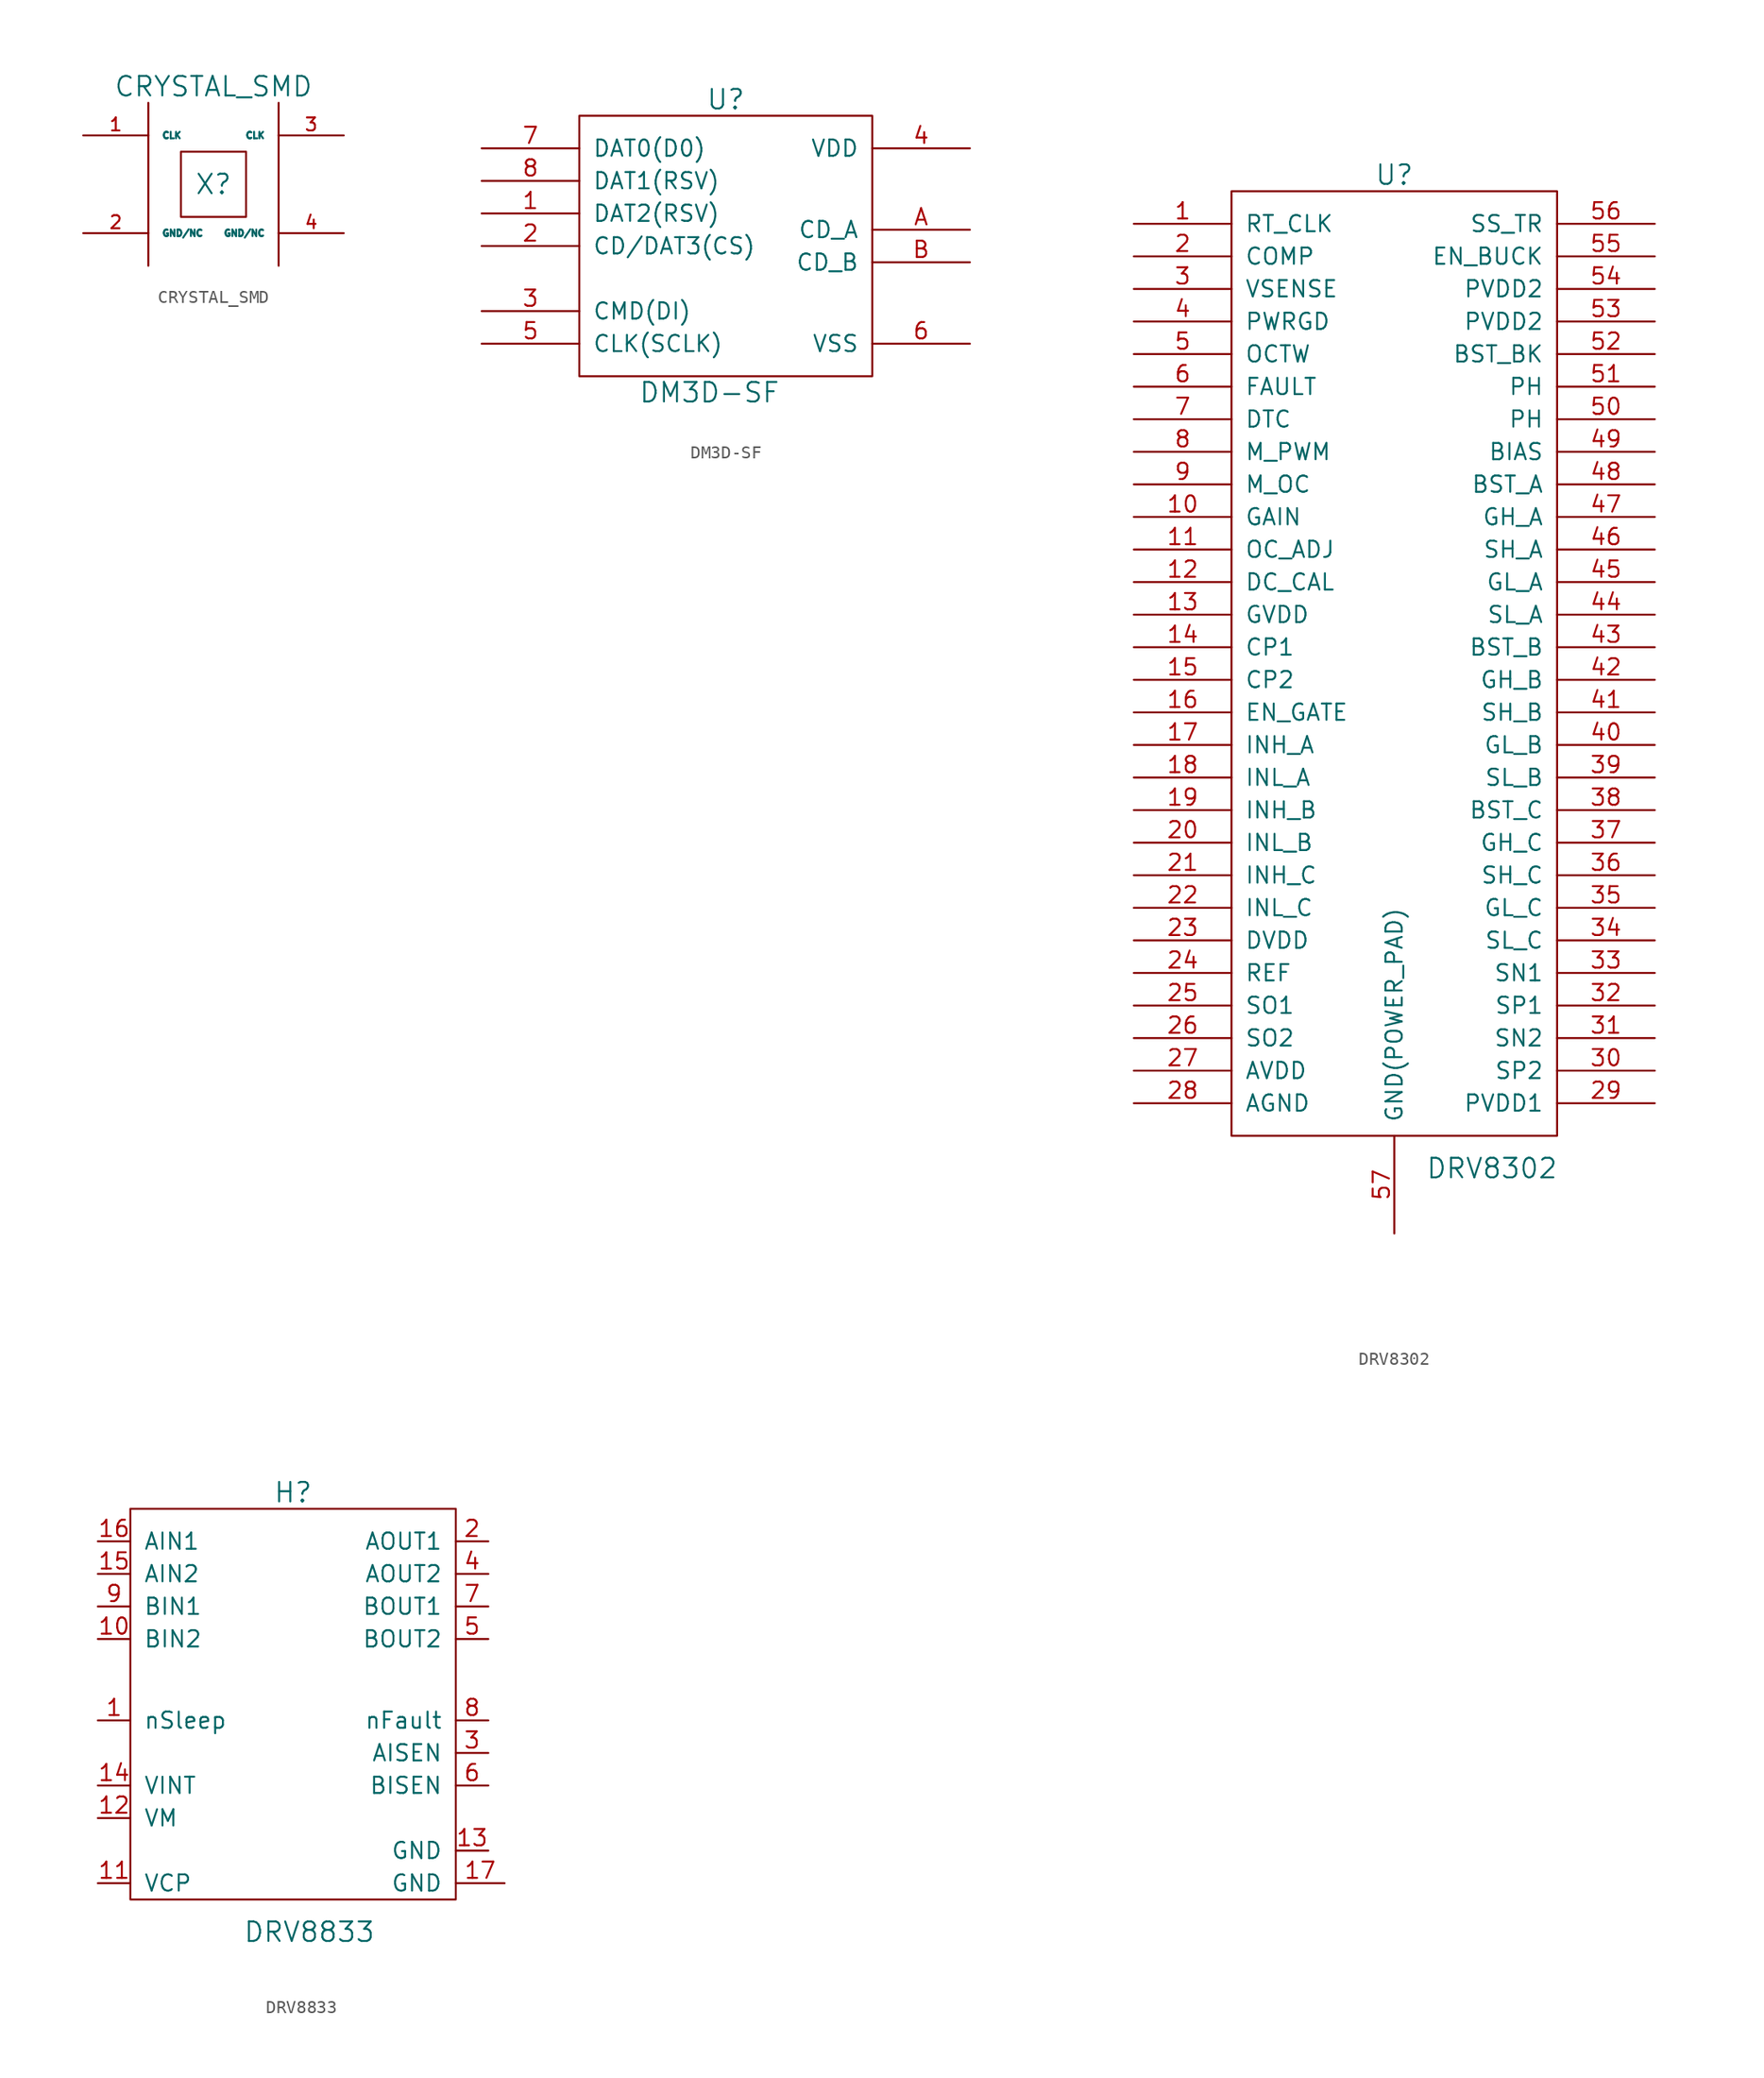
<source format=kicad_sym>
(kicad_symbol_lib
  (version 20211014)
  (generator kicad_symbol_editor)
  (symbol "CRYSTAL_SMD"
    (pin_names
      (offset 1.016))
    (property "Reference" "X"
      (at 0 0 0)
      (effects (font (size 1.524 1.524))))
    (property "Value" "CRYSTAL_SMD"
      (at 0 7.62 0)
      (effects (font (size 1.524 1.524))))
    (property "Footprint" ""
      (at 0 0 0)
      (effects (font (size 1.524 1.524))))
    (property "Datasheet" ""
      (at 0 0 0)
      (effects (font (size 1.524 1.524))))
    (symbol "CRYSTAL_SMD_0_1"
      (rectangle (start -2.54 2.54) (end 2.54 -2.54) (stroke (width 0) (type default) (color 0 0 0 0)) (fill (type none)))
      (polyline (pts (xy 5.08 6.35) (xy 5.08 -6.35)) (stroke (width 0) (type default) (color 0 0 0 0)) (fill (type none)))
      (polyline (pts (xy -5.08 6.35) (xy -5.08 -5.08) (xy -5.08 -6.35)) (stroke (width 0) (type default) (color 0 0 0 0)) (fill (type none))))
    (symbol "CRYSTAL_SMD_1_1"
      (pin passive line (at -10.16 3.81 0) (length 5.08) (name "CLK" (effects (font (size 0.508 0.508)))) (number "1" (effects (font (size 1.016 1.016)))))
      (pin passive line (at -10.16 -3.81 0) (length 5.08) (name "GND/NC" (effects (font (size 0.508 0.508)))) (number "2" (effects (font (size 1.016 1.016)))))
      (pin passive line (at 10.16 3.81 180) (length 5.08) (name "CLK" (effects (font (size 0.508 0.508)))) (number "3" (effects (font (size 1.016 1.016)))))
      (pin passive line (at 10.16 -3.81 180) (length 5.08) (name "GND/NC" (effects (font (size 0.508 0.508)))) (number "4" (effects (font (size 1.016 1.016)))))))
  (symbol "DM3D-SF"
    (pin_names
      (offset 1.016))
    (property "Reference" "U"
      (at 0 11.43 0)
      (effects (font (size 1.524 1.524))))
    (property "Value" "DM3D-SF"
      (at -1.27 -11.43 0)
      (effects (font (size 1.524 1.524))))
    (property "Footprint" ""
      (at 0 0 0)
      (effects (font (size 1.524 1.524))))
    (property "Datasheet" ""
      (at 0 0 0)
      (effects (font (size 1.524 1.524))))
    (symbol "DM3D-SF_0_1"
      (rectangle (start -11.43 10.16) (end 11.43 -10.16) (stroke (width 0) (type default) (color 0 0 0 0)) (fill (type none))))
    (symbol "DM3D-SF_1_1"
      (pin bidirectional line (at -19.05 2.54 0) (length 7.62) (name "DAT2(RSV)" (effects (font (size 1.27 1.27)))) (number "1" (effects (font (size 1.27 1.27)))))
      (pin bidirectional line (at -19.05 0 0) (length 7.62) (name "CD/DAT3(CS)" (effects (font (size 1.27 1.27)))) (number "2" (effects (font (size 1.27 1.27)))))
      (pin input line (at -19.05 -5.08 0) (length 7.62) (name "CMD(DI)" (effects (font (size 1.27 1.27)))) (number "3" (effects (font (size 1.27 1.27)))))
      (pin input line (at 19.05 7.62 180) (length 7.62) (name "VDD" (effects (font (size 1.27 1.27)))) (number "4" (effects (font (size 1.27 1.27)))))
      (pin input line (at -19.05 -7.62 0) (length 7.62) (name "CLK(SCLK)" (effects (font (size 1.27 1.27)))) (number "5" (effects (font (size 1.27 1.27)))))
      (pin input line (at 19.05 -7.62 180) (length 7.62) (name "VSS" (effects (font (size 1.27 1.27)))) (number "6" (effects (font (size 1.27 1.27)))))
      (pin bidirectional line (at -19.05 7.62 0) (length 7.62) (name "DAT0(D0)" (effects (font (size 1.27 1.27)))) (number "7" (effects (font (size 1.27 1.27)))))
      (pin bidirectional line (at -19.05 5.08 0) (length 7.62) (name "DAT1(RSV)" (effects (font (size 1.27 1.27)))) (number "8" (effects (font (size 1.27 1.27)))))
      (pin bidirectional line (at 19.05 1.27 180) (length 7.62) (name "CD_A" (effects (font (size 1.27 1.27)))) (number "A" (effects (font (size 1.27 1.27)))))
      (pin bidirectional line (at 19.05 -1.27 180) (length 7.62) (name "CD_B" (effects (font (size 1.27 1.27)))) (number "B" (effects (font (size 1.27 1.27)))))))
  (symbol "DRV8302"
    (pin_names
      (offset 1.016))
    (property "Reference" "U"
      (at 0 38.1 0)
      (effects (font (size 1.524 1.524))))
    (property "Value" "DRV8302"
      (at 7.62 -39.37 0)
      (effects (font (size 1.524 1.524))))
    (property "Footprint" ""
      (at 0 0 0)
      (effects (font (size 1.524 1.524))))
    (property "Datasheet" ""
      (at 0 0 0)
      (effects (font (size 1.524 1.524))))
    (symbol "DRV8302_0_1"
      (rectangle (start 12.7 -36.83) (end -12.7 36.83) (stroke (width 0) (type default) (color 0 0 0 0)) (fill (type none))))
    (symbol "DRV8302_1_0"
      (pin passive line (at 20.32 21.59 180) (length 7.62) (name "PH" (effects (font (size 1.27 1.27)))) (number "51" (effects (font (size 1.27 1.27))))))
    (symbol "DRV8302_1_1"
      (pin input line (at -20.32 34.29 0) (length 7.62) (name "RT_CLK" (effects (font (size 1.27 1.27)))) (number "1" (effects (font (size 1.27 1.27)))))
      (pin input line (at -20.32 11.43 0) (length 7.62) (name "GAIN" (effects (font (size 1.27 1.27)))) (number "10" (effects (font (size 1.27 1.27)))))
      (pin input line (at -20.32 8.89 0) (length 7.62) (name "OC_ADJ" (effects (font (size 1.27 1.27)))) (number "11" (effects (font (size 1.27 1.27)))))
      (pin input line (at -20.32 6.35 0) (length 7.62) (name "DC_CAL" (effects (font (size 1.27 1.27)))) (number "12" (effects (font (size 1.27 1.27)))))
      (pin power_out line (at -20.32 3.81 0) (length 7.62) (name "GVDD" (effects (font (size 1.27 1.27)))) (number "13" (effects (font (size 1.27 1.27)))))
      (pin power_out line (at -20.32 1.27 0) (length 7.62) (name "CP1" (effects (font (size 1.27 1.27)))) (number "14" (effects (font (size 1.27 1.27)))))
      (pin power_out line (at -20.32 -1.27 0) (length 7.62) (name "CP2" (effects (font (size 1.27 1.27)))) (number "15" (effects (font (size 1.27 1.27)))))
      (pin input line (at -20.32 -3.81 0) (length 7.62) (name "EN_GATE" (effects (font (size 1.27 1.27)))) (number "16" (effects (font (size 1.27 1.27)))))
      (pin input line (at -20.32 -6.35 0) (length 7.62) (name "INH_A" (effects (font (size 1.27 1.27)))) (number "17" (effects (font (size 1.27 1.27)))))
      (pin input line (at -20.32 -8.89 0) (length 7.62) (name "INL_A" (effects (font (size 1.27 1.27)))) (number "18" (effects (font (size 1.27 1.27)))))
      (pin input line (at -20.32 -11.43 0) (length 7.62) (name "INH_B" (effects (font (size 1.27 1.27)))) (number "19" (effects (font (size 1.27 1.27)))))
      (pin output line (at -20.32 31.75 0) (length 7.62) (name "COMP" (effects (font (size 1.27 1.27)))) (number "2" (effects (font (size 1.27 1.27)))))
      (pin input line (at -20.32 -13.97 0) (length 7.62) (name "INL_B" (effects (font (size 1.27 1.27)))) (number "20" (effects (font (size 1.27 1.27)))))
      (pin input line (at -20.32 -16.51 0) (length 7.62) (name "INH_C" (effects (font (size 1.27 1.27)))) (number "21" (effects (font (size 1.27 1.27)))))
      (pin input line (at -20.32 -19.05 0) (length 7.62) (name "INL_C" (effects (font (size 1.27 1.27)))) (number "22" (effects (font (size 1.27 1.27)))))
      (pin power_out line (at -20.32 -21.59 0) (length 7.62) (name "DVDD" (effects (font (size 1.27 1.27)))) (number "23" (effects (font (size 1.27 1.27)))))
      (pin input line (at -20.32 -24.13 0) (length 7.62) (name "REF" (effects (font (size 1.27 1.27)))) (number "24" (effects (font (size 1.27 1.27)))))
      (pin output line (at -20.32 -26.67 0) (length 7.62) (name "SO1" (effects (font (size 1.27 1.27)))) (number "25" (effects (font (size 1.27 1.27)))))
      (pin output line (at -20.32 -29.21 0) (length 7.62) (name "SO2" (effects (font (size 1.27 1.27)))) (number "26" (effects (font (size 1.27 1.27)))))
      (pin power_out line (at -20.32 -31.75 0) (length 7.62) (name "AVDD" (effects (font (size 1.27 1.27)))) (number "27" (effects (font (size 1.27 1.27)))))
      (pin power_in line (at -20.32 -34.29 0) (length 7.62) (name "AGND" (effects (font (size 1.27 1.27)))) (number "28" (effects (font (size 1.27 1.27)))))
      (pin power_in line (at 20.32 -34.29 180) (length 7.62) (name "PVDD1" (effects (font (size 1.27 1.27)))) (number "29" (effects (font (size 1.27 1.27)))))
      (pin input line (at -20.32 29.21 0) (length 7.62) (name "VSENSE" (effects (font (size 1.27 1.27)))) (number "3" (effects (font (size 1.27 1.27)))))
      (pin input line (at 20.32 -31.75 180) (length 7.62) (name "SP2" (effects (font (size 1.27 1.27)))) (number "30" (effects (font (size 1.27 1.27)))))
      (pin input line (at 20.32 -29.21 180) (length 7.62) (name "SN2" (effects (font (size 1.27 1.27)))) (number "31" (effects (font (size 1.27 1.27)))))
      (pin input line (at 20.32 -26.67 180) (length 7.62) (name "SP1" (effects (font (size 1.27 1.27)))) (number "32" (effects (font (size 1.27 1.27)))))
      (pin input line (at 20.32 -24.13 180) (length 7.62) (name "SN1" (effects (font (size 1.27 1.27)))) (number "33" (effects (font (size 1.27 1.27)))))
      (pin input line (at 20.32 -21.59 180) (length 7.62) (name "SL_C" (effects (font (size 1.27 1.27)))) (number "34" (effects (font (size 1.27 1.27)))))
      (pin output line (at 20.32 -19.05 180) (length 7.62) (name "GL_C" (effects (font (size 1.27 1.27)))) (number "35" (effects (font (size 1.27 1.27)))))
      (pin input line (at 20.32 -16.51 180) (length 7.62) (name "SH_C" (effects (font (size 1.27 1.27)))) (number "36" (effects (font (size 1.27 1.27)))))
      (pin output line (at 20.32 -13.97 180) (length 7.62) (name "GH_C" (effects (font (size 1.27 1.27)))) (number "37" (effects (font (size 1.27 1.27)))))
      (pin power_out line (at 20.32 -11.43 180) (length 7.62) (name "BST_C" (effects (font (size 1.27 1.27)))) (number "38" (effects (font (size 1.27 1.27)))))
      (pin input line (at 20.32 -8.89 180) (length 7.62) (name "SL_B" (effects (font (size 1.27 1.27)))) (number "39" (effects (font (size 1.27 1.27)))))
      (pin input line (at -20.32 26.67 0) (length 7.62) (name "PWRGD" (effects (font (size 1.27 1.27)))) (number "4" (effects (font (size 1.27 1.27)))))
      (pin output line (at 20.32 -6.35 180) (length 7.62) (name "GL_B" (effects (font (size 1.27 1.27)))) (number "40" (effects (font (size 1.27 1.27)))))
      (pin input line (at 20.32 -3.81 180) (length 7.62) (name "SH_B" (effects (font (size 1.27 1.27)))) (number "41" (effects (font (size 1.27 1.27)))))
      (pin output line (at 20.32 -1.27 180) (length 7.62) (name "GH_B" (effects (font (size 1.27 1.27)))) (number "42" (effects (font (size 1.27 1.27)))))
      (pin power_out line (at 20.32 1.27 180) (length 7.62) (name "BST_B" (effects (font (size 1.27 1.27)))) (number "43" (effects (font (size 1.27 1.27)))))
      (pin input line (at 20.32 3.81 180) (length 7.62) (name "SL_A" (effects (font (size 1.27 1.27)))) (number "44" (effects (font (size 1.27 1.27)))))
      (pin output line (at 20.32 6.35 180) (length 7.62) (name "GL_A" (effects (font (size 1.27 1.27)))) (number "45" (effects (font (size 1.27 1.27)))))
      (pin input line (at 20.32 8.89 180) (length 7.62) (name "SH_A" (effects (font (size 1.27 1.27)))) (number "46" (effects (font (size 1.27 1.27)))))
      (pin output line (at 20.32 11.43 180) (length 7.62) (name "GH_A" (effects (font (size 1.27 1.27)))) (number "47" (effects (font (size 1.27 1.27)))))
      (pin power_out line (at 20.32 13.97 180) (length 7.62) (name "BST_A" (effects (font (size 1.27 1.27)))) (number "48" (effects (font (size 1.27 1.27)))))
      (pin input line (at 20.32 16.51 180) (length 7.62) (name "BIAS" (effects (font (size 1.27 1.27)))) (number "49" (effects (font (size 1.27 1.27)))))
      (pin output line (at -20.32 24.13 0) (length 7.62) (name "OCTW" (effects (font (size 1.27 1.27)))) (number "5" (effects (font (size 1.27 1.27)))))
      (pin output line (at 20.32 19.05 180) (length 7.62) (name "PH" (effects (font (size 1.27 1.27)))) (number "50" (effects (font (size 1.27 1.27)))))
      (pin power_out line (at 20.32 24.13 180) (length 7.62) (name "BST_BK" (effects (font (size 1.27 1.27)))) (number "52" (effects (font (size 1.27 1.27)))))
      (pin power_in line (at 20.32 26.67 180) (length 7.62) (name "PVDD2" (effects (font (size 1.27 1.27)))) (number "53" (effects (font (size 1.27 1.27)))))
      (pin power_in line (at 20.32 29.21 180) (length 7.62) (name "PVDD2" (effects (font (size 1.27 1.27)))) (number "54" (effects (font (size 1.27 1.27)))))
      (pin input line (at 20.32 31.75 180) (length 7.62) (name "EN_BUCK" (effects (font (size 1.27 1.27)))) (number "55" (effects (font (size 1.27 1.27)))))
      (pin input line (at 20.32 34.29 180) (length 7.62) (name "SS_TR" (effects (font (size 1.27 1.27)))) (number "56" (effects (font (size 1.27 1.27)))))
      (pin power_in line (at 0 -44.45 90) (length 7.62) (name "GND(POWER_PAD)" (effects (font (size 1.27 1.27)))) (number "57" (effects (font (size 1.27 1.27)))))
      (pin output line (at -20.32 21.59 0) (length 7.62) (name "FAULT" (effects (font (size 1.27 1.27)))) (number "6" (effects (font (size 1.27 1.27)))))
      (pin input line (at -20.32 19.05 0) (length 7.62) (name "DTC" (effects (font (size 1.27 1.27)))) (number "7" (effects (font (size 1.27 1.27)))))
      (pin input line (at -20.32 16.51 0) (length 7.62) (name "M_PWM" (effects (font (size 1.27 1.27)))) (number "8" (effects (font (size 1.27 1.27)))))
      (pin input line (at -20.32 13.97 0) (length 7.62) (name "M_OC" (effects (font (size 1.27 1.27)))) (number "9" (effects (font (size 1.27 1.27)))))))
  (symbol "DRV8833"
    (pin_names
      (offset 1.016))
    (property "Reference" "H"
      (at 0 15.24 0)
      (effects (font (size 1.524 1.524))))
    (property "Value" "DRV8833"
      (at 1.27 -19.05 0)
      (effects (font (size 1.524 1.524))))
    (property "Footprint" ""
      (at 0 0 0)
      (effects (font (size 1.524 1.524))))
    (property "Datasheet" ""
      (at 0 0 0)
      (effects (font (size 1.524 1.524))))
    (symbol "DRV8833_0_1"
      (rectangle (start -12.7 13.97) (end 12.7 -16.51) (stroke (width 0) (type default) (color 0 0 0 0)) (fill (type none))))
    (symbol "DRV8833_1_1"
      (pin input line (at -15.24 -2.54 0) (length 2.54) (name "nSleep" (effects (font (size 1.27 1.27)))) (number "1" (effects (font (size 1.27 1.27)))))
      (pin input line (at -15.24 3.81 0) (length 2.54) (name "BIN2" (effects (font (size 1.27 1.27)))) (number "10" (effects (font (size 1.27 1.27)))))
      (pin input line (at -15.24 -15.24 0) (length 2.54) (name "VCP" (effects (font (size 1.27 1.27)))) (number "11" (effects (font (size 1.27 1.27)))))
      (pin input line (at -15.24 -10.16 0) (length 2.54) (name "VM" (effects (font (size 1.27 1.27)))) (number "12" (effects (font (size 1.27 1.27)))))
      (pin input line (at 15.24 -12.7 180) (length 2.54) (name "GND" (effects (font (size 1.27 1.27)))) (number "13" (effects (font (size 1.27 1.27)))))
      (pin input line (at -15.24 -7.62 0) (length 2.54) (name "VINT" (effects (font (size 1.27 1.27)))) (number "14" (effects (font (size 1.27 1.27)))))
      (pin input line (at -15.24 8.89 0) (length 2.54) (name "AIN2" (effects (font (size 1.27 1.27)))) (number "15" (effects (font (size 1.27 1.27)))))
      (pin input line (at -15.24 11.43 0) (length 2.54) (name "AIN1" (effects (font (size 1.27 1.27)))) (number "16" (effects (font (size 1.27 1.27)))))
      (pin input line (at 16.51 -15.24 180) (length 3.81) (name "GND" (effects (font (size 1.27 1.27)))) (number "17" (effects (font (size 1.27 1.27)))))
      (pin input line (at 15.24 11.43 180) (length 2.54) (name "AOUT1" (effects (font (size 1.27 1.27)))) (number "2" (effects (font (size 1.27 1.27)))))
      (pin input line (at 15.24 -5.08 180) (length 2.54) (name "AISEN" (effects (font (size 1.27 1.27)))) (number "3" (effects (font (size 1.27 1.27)))))
      (pin input line (at 15.24 8.89 180) (length 2.54) (name "AOUT2" (effects (font (size 1.27 1.27)))) (number "4" (effects (font (size 1.27 1.27)))))
      (pin input line (at 15.24 3.81 180) (length 2.54) (name "BOUT2" (effects (font (size 1.27 1.27)))) (number "5" (effects (font (size 1.27 1.27)))))
      (pin input line (at 15.24 -7.62 180) (length 2.54) (name "BISEN" (effects (font (size 1.27 1.27)))) (number "6" (effects (font (size 1.27 1.27)))))
      (pin input line (at 15.24 6.35 180) (length 2.54) (name "BOUT1" (effects (font (size 1.27 1.27)))) (number "7" (effects (font (size 1.27 1.27)))))
      (pin input line (at 15.24 -2.54 180) (length 2.54) (name "nFault" (effects (font (size 1.27 1.27)))) (number "8" (effects (font (size 1.27 1.27)))))
      (pin input line (at -15.24 6.35 0) (length 2.54) (name "BIN1" (effects (font (size 1.27 1.27)))) (number "9" (effects (font (size 1.27 1.27))))))))
</source>
